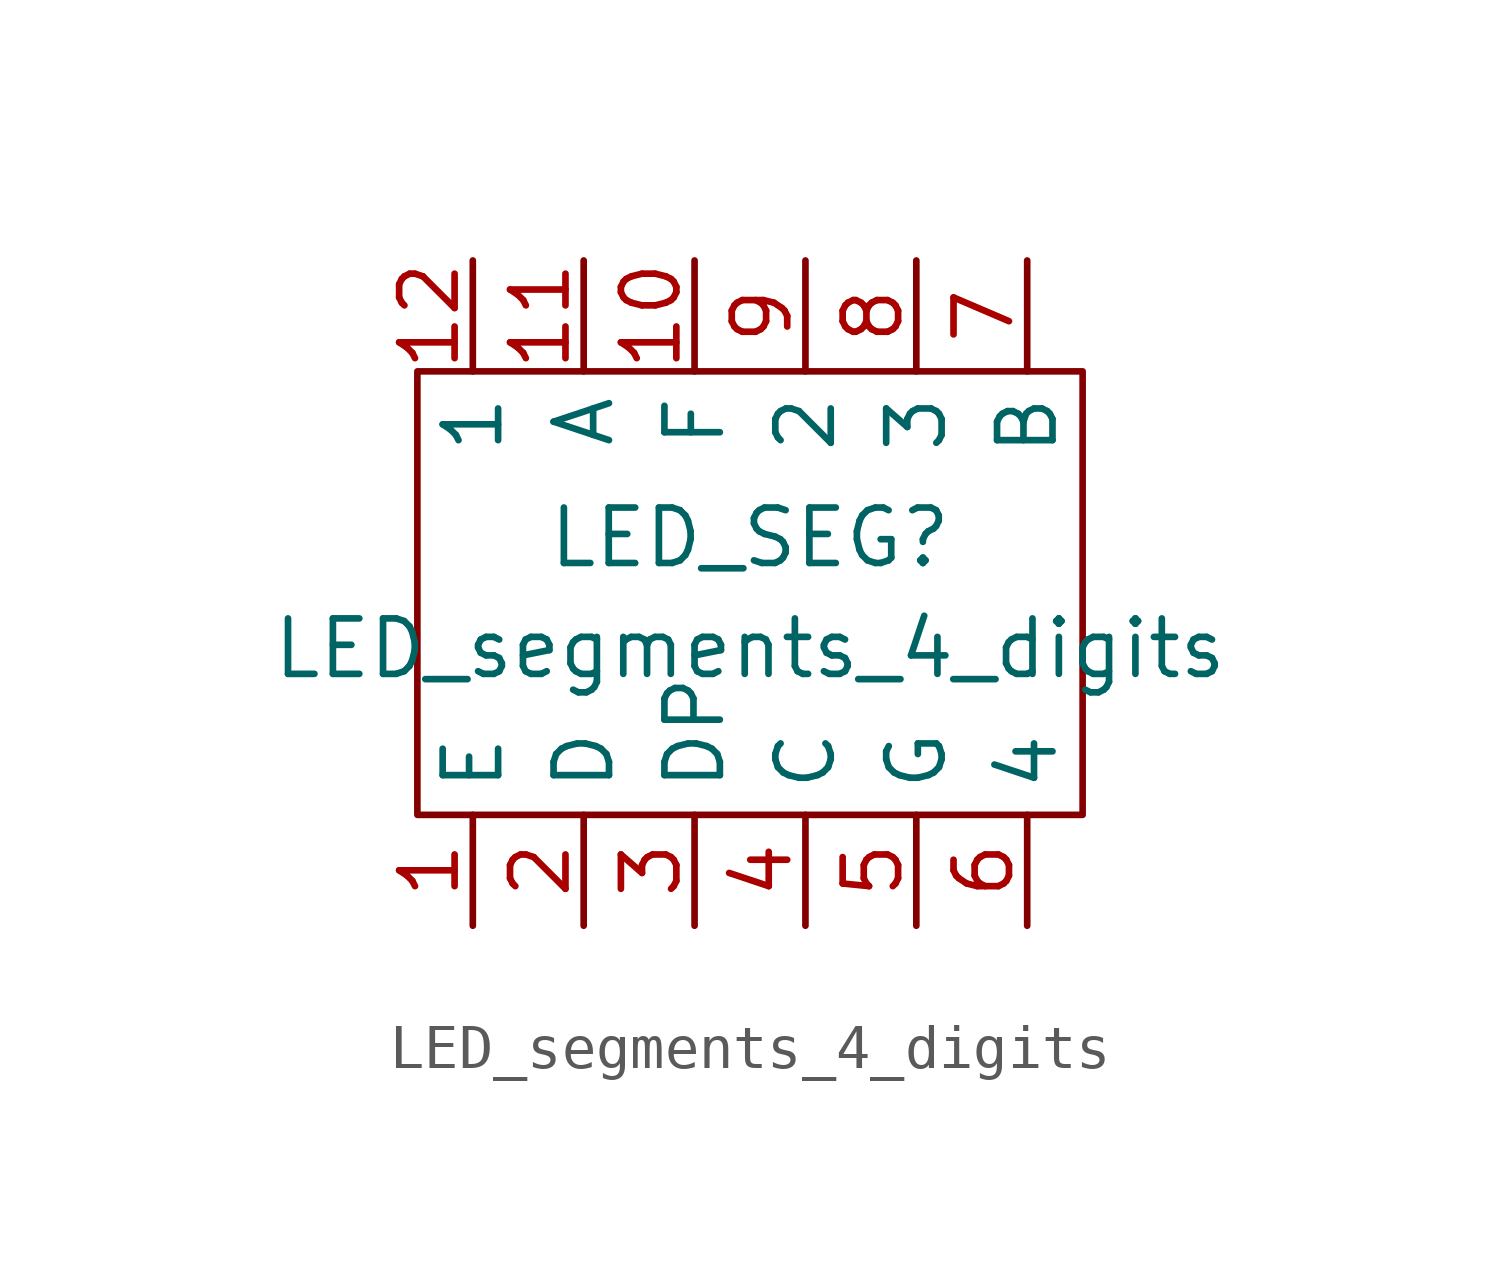
<source format=kicad_sym>
(kicad_symbol_lib
  (version 20211014)
  (generator kicad_symbol_editor)
  (symbol "LED_segments_4_digits"
    (property "Reference" "LED_SEG"
      (at 0 2.54 0)
      (effects (font (size 1.27 1.27))))
    (property "Value" "LED_segments_4_digits"
      (at 0 0 0)
      (effects (font (size 1.27 1.27))))
    (symbol "LED_segments_4_digits_0_1"
      (rectangle (start -7.62 6.35) (end 7.62 -3.81) (stroke (width 0.152) (type default) (color 0 0 0 0)) (fill (type none))))
    (symbol "LED_segments_4_digits_1_1"
      (pin input line (at -6.35 -6.35 90) (length 2.54) (name "E" (effects (font (size 1.27 1.27)))) (number "1" (effects (font (size 1.27 1.27)))))
      (pin input line (at -1.27 8.89 270) (length 2.54) (name "F" (effects (font (size 1.27 1.27)))) (number "10" (effects (font (size 1.27 1.27)))))
      (pin input line (at -3.81 8.89 270) (length 2.54) (name "A" (effects (font (size 1.27 1.27)))) (number "11" (effects (font (size 1.27 1.27)))))
      (pin input line (at -6.35 8.89 270) (length 2.54) (name "1" (effects (font (size 1.27 1.27)))) (number "12" (effects (font (size 1.27 1.27)))))
      (pin input line (at -3.81 -6.35 90) (length 2.54) (name "D" (effects (font (size 1.27 1.27)))) (number "2" (effects (font (size 1.27 1.27)))))
      (pin input line (at -1.27 -6.35 90) (length 2.54) (name "DP" (effects (font (size 1.27 1.27)))) (number "3" (effects (font (size 1.27 1.27)))))
      (pin input line (at 1.27 -6.35 90) (length 2.54) (name "C" (effects (font (size 1.27 1.27)))) (number "4" (effects (font (size 1.27 1.27)))))
      (pin input line (at 3.81 -6.35 90) (length 2.54) (name "G" (effects (font (size 1.27 1.27)))) (number "5" (effects (font (size 1.27 1.27)))))
      (pin input line (at 6.35 -6.35 90) (length 2.54) (name "4" (effects (font (size 1.27 1.27)))) (number "6" (effects (font (size 1.27 1.27)))))
      (pin input line (at 6.35 8.89 270) (length 2.54) (name "B" (effects (font (size 1.27 1.27)))) (number "7" (effects (font (size 1.27 1.27)))))
      (pin input line (at 3.81 8.89 270) (length 2.54) (name "3" (effects (font (size 1.27 1.27)))) (number "8" (effects (font (size 1.27 1.27)))))
      (pin input line (at 1.27 8.89 270) (length 2.54) (name "2" (effects (font (size 1.27 1.27)))) (number "9" (effects (font (size 1.27 1.27))))))))
</source>
